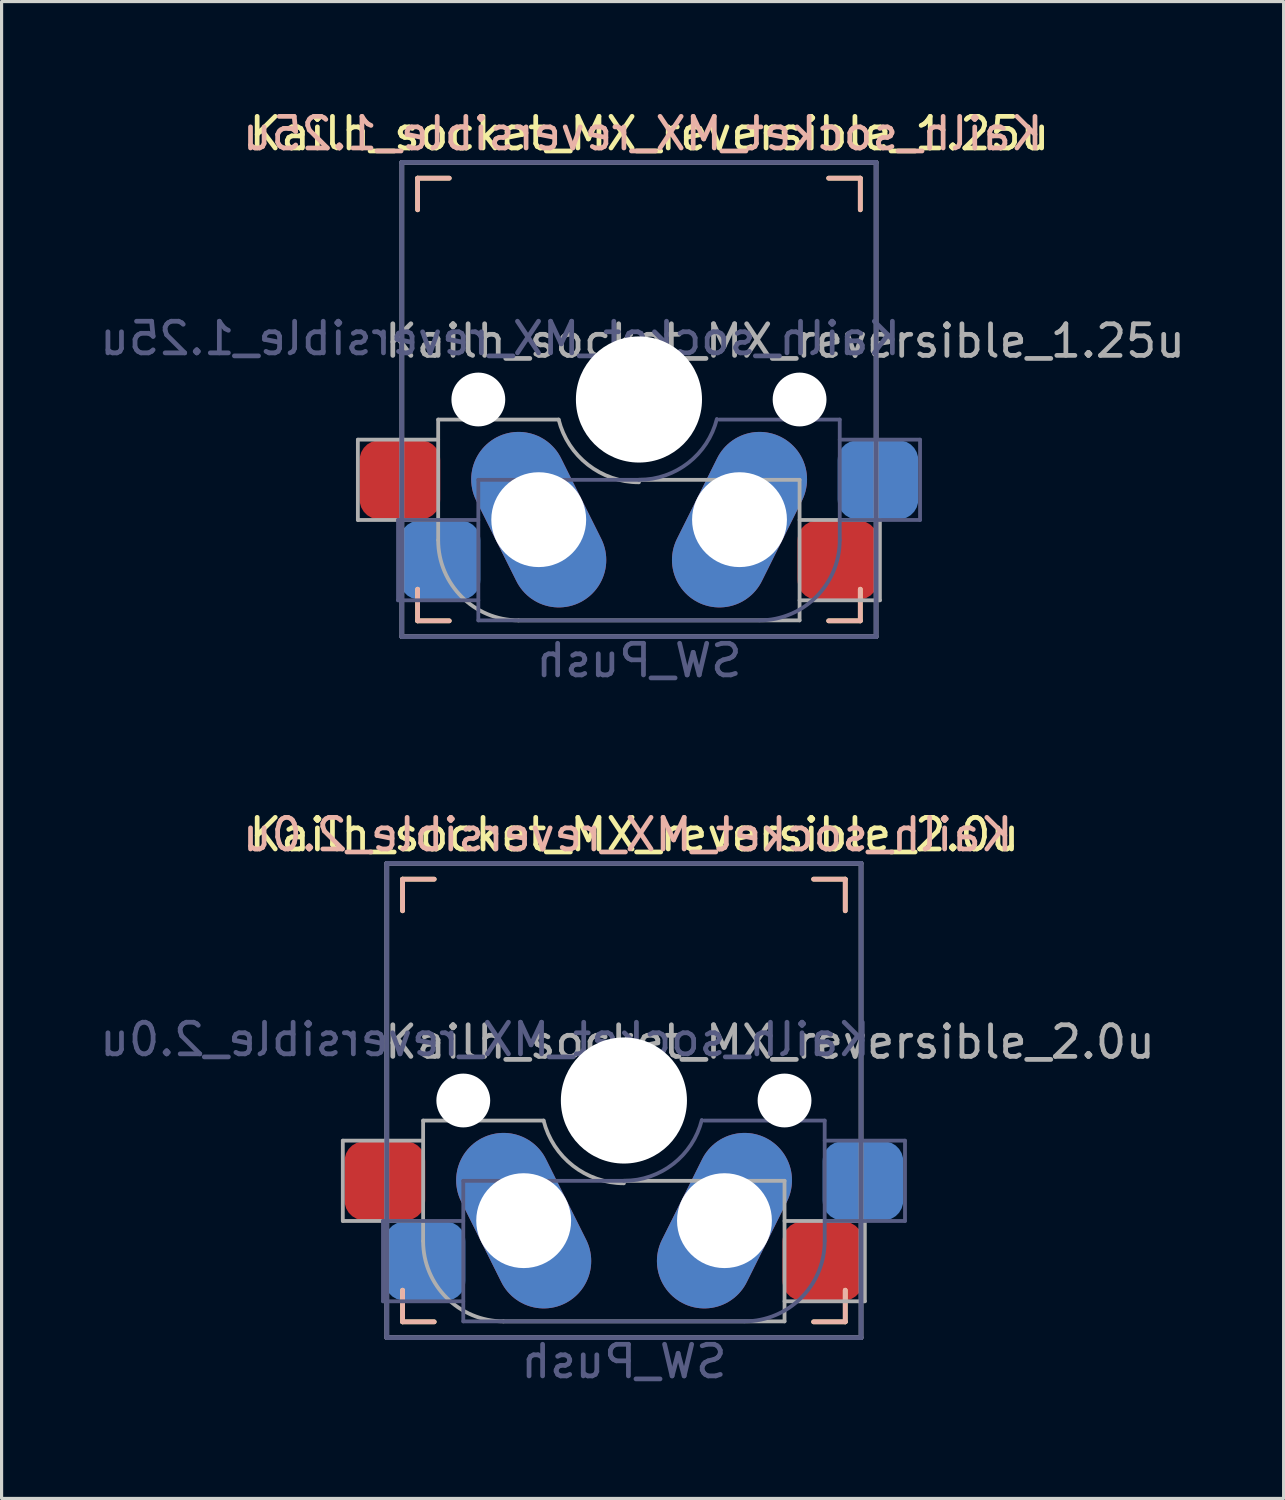
<source format=kicad_pcb>
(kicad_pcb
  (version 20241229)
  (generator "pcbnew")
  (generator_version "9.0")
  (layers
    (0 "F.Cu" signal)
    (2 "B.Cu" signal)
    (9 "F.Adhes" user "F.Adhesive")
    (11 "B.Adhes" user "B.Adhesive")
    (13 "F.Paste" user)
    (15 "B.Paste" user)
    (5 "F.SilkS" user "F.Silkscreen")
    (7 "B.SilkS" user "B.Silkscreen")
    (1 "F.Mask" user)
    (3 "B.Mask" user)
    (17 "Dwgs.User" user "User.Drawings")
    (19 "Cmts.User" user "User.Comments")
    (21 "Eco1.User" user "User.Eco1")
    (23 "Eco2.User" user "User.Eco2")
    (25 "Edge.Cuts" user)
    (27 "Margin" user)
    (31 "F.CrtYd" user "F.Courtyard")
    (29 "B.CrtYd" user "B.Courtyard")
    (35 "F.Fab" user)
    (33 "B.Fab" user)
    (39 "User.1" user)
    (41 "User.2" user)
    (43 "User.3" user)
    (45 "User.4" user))
  (footprint "Kailh_socket_MX_reversible_1.25u"
    (layer "F.Cu")
    (at 17.158 9.585)
    (property "Reference" "Kailh_socket_MX_reversible_1.25u" (at 0.33 -8.41 0) (layer "F.SilkS") (effects (font (size 1 1) (thickness 0.15))))
    (property "Value" "SW_Push" (at 0 8.255 0) (layer "F.Fab") (hide yes) (effects (font (size 1 1) (thickness 0.15))))
    (attr through_hole)
    (fp_line (start -7 -7) (end -6 -7) (stroke (width 0.15) (type solid)) (layer "F.SilkS"))
    (fp_line (start -7 -6) (end -7 -7) (stroke (width 0.15) (type solid)) (layer "F.SilkS"))
    (fp_line (start -7 7) (end -7 6) (stroke (width 0.15) (type solid)) (layer "F.SilkS"))
    (fp_line (start -6 7) (end -7 7) (stroke (width 0.15) (type solid)) (layer "F.SilkS"))
    (fp_line (start 6 -7) (end 7 -7) (stroke (width 0.15) (type solid)) (layer "F.SilkS"))
    (fp_line (start 7 -7) (end 7 -6) (stroke (width 0.15) (type solid)) (layer "F.SilkS"))
    (fp_line (start 7 6) (end 7 7) (stroke (width 0.15) (type solid)) (layer "F.SilkS"))
    (fp_line (start 7 7) (end 6 7) (stroke (width 0.15) (type solid)) (layer "F.SilkS"))
    (fp_line (start -7 -7) (end -6 -7) (stroke (width 0.15) (type solid)) (layer "B.SilkS"))
    (fp_line (start -7 -6) (end -7 -7) (stroke (width 0.15) (type solid)) (layer "B.SilkS"))
    (fp_line (start -7 7) (end -7 6) (stroke (width 0.15) (type solid)) (layer "B.SilkS"))
    (fp_line (start -6 7) (end -7 7) (stroke (width 0.15) (type solid)) (layer "B.SilkS"))
    (fp_line (start 6 -7) (end 7 -7) (stroke (width 0.15) (type solid)) (layer "B.SilkS"))
    (fp_line (start 7 -7) (end 7 -6) (stroke (width 0.15) (type solid)) (layer "B.SilkS"))
    (fp_line (start 7 6) (end 7 7) (stroke (width 0.15) (type solid)) (layer "B.SilkS"))
    (fp_line (start 7 7) (end 6 7) (stroke (width 0.15) (type solid)) (layer "B.SilkS"))
    (fp_line (start -7 7) (end -7 -7) (stroke (width 0.15) (type solid)) (layer "Eco1.User"))
    (fp_line (start -7 7) (end 7 7) (stroke (width 0.15) (type solid)) (layer "Eco1.User"))
    (fp_line (start 7 -7) (end -7 -7) (stroke (width 0.15) (type solid)) (layer "Eco1.User"))
    (fp_line (start 7 -7) (end 7 7) (stroke (width 0.15) (type solid)) (layer "Eco1.User"))
    (fp_line (start -11.906 -9.525) (end -11.906 9.525) (stroke (width 0.12) (type solid)) (layer "Eco2.User"))
    (fp_line (start -11.906 -9.525) (end 11.906 -9.525) (stroke (width 0.12) (type solid)) (layer "Eco2.User"))
    (fp_line (start -11.906 9.525) (end 11.906 9.525) (stroke (width 0.12) (type solid)) (layer "Eco2.User"))
    (fp_line (start -0.8 -5.85) (end 0.8 -5.85) (stroke (width 0.12) (type solid)) (layer "Eco2.User"))
    (fp_line (start -0.8 -4.25) (end -0.8 -5.85) (stroke (width 0.12) (type solid)) (layer "Eco2.User"))
    (fp_line (start 0.8 -5.85) (end 0.8 -4.25) (stroke (width 0.12) (type solid)) (layer "Eco2.User"))
    (fp_line (start 0.8 -4.25) (end -0.8 -4.25) (stroke (width 0.12) (type solid)) (layer "Eco2.User"))
    (fp_line (start 11.906 -9.525) (end 11.906 9.525) (stroke (width 0.12) (type solid)) (layer "Eco2.User"))
    (fp_line (start -7.62 3.81) (end -7.62 6.35) (stroke (width 0.12) (type solid)) (layer "B.Fab"))
    (fp_line (start -7.62 6.35) (end -5.08 6.35) (stroke (width 0.12) (type solid)) (layer "B.Fab"))
    (fp_line (start -7.5 -7.5) (end 7.5 -7.5) (stroke (width 0.15) (type solid)) (layer "B.Fab"))
    (fp_line (start -7.5 7.5) (end -7.5 -7.5) (stroke (width 0.15) (type solid)) (layer "B.Fab"))
    (fp_line (start -5.08 2.54) (end -5.08 6.985) (stroke (width 0.12) (type solid)) (layer "B.Fab"))
    (fp_line (start -5.08 3.81) (end -7.62 3.81) (stroke (width 0.12) (type solid)) (layer "B.Fab"))
    (fp_line (start -5.08 6.985) (end 3.81 6.985) (stroke (width 0.12) (type solid)) (layer "B.Fab"))
    (fp_line (start 0 2.54) (end -5.08 2.54) (stroke (width 0.12) (type solid)) (layer "B.Fab"))
    (fp_line (start 6.35 0.635) (end 2.54 0.635) (stroke (width 0.12) (type solid)) (layer "B.Fab"))
    (fp_line (start 6.35 3.81) (end 8.89 3.81) (stroke (width 0.12) (type solid)) (layer "B.Fab"))
    (fp_line (start 6.35 4.445) (end 6.35 0.635) (stroke (width 0.12) (type solid)) (layer "B.Fab"))
    (fp_line (start 7.5 -7.5) (end 7.5 7.5) (stroke (width 0.15) (type solid)) (layer "B.Fab"))
    (fp_line (start 7.5 7.5) (end -7.5 7.5) (stroke (width 0.15) (type solid)) (layer "B.Fab"))
    (fp_line (start 8.89 1.27) (end 6.35 1.27) (stroke (width 0.12) (type solid)) (layer "B.Fab"))
    (fp_line (start 8.89 3.81) (end 8.89 1.27) (stroke (width 0.12) (type solid)) (layer "B.Fab"))
    (fp_arc (start 2.464162 0.61604) (mid 1.563147 2.002042) (end 0 2.54) (stroke (width 0.12) (type solid)) (layer "B.Fab"))
    (fp_arc (start 6.35 4.445) (mid 5.606051 6.241051) (end 3.81 6.985) (stroke (width 0.12) (type solid)) (layer "B.Fab"))
    (fp_line (start -8.89 1.27) (end -8.89 3.81) (stroke (width 0.12) (type solid)) (layer "F.Fab"))
    (fp_line (start -8.89 3.81) (end -6.35 3.81) (stroke (width 0.12) (type solid)) (layer "F.Fab"))
    (fp_line (start -7.5 -7.5) (end 7.5 -7.5) (stroke (width 0.15) (type solid)) (layer "F.Fab"))
    (fp_line (start -7.5 7.5) (end -7.5 -7.5) (stroke (width 0.15) (type solid)) (layer "F.Fab"))
    (fp_line (start -6.35 0.635) (end -6.35 4.445) (stroke (width 0.12) (type solid)) (layer "F.Fab"))
    (fp_line (start -6.35 1.27) (end -8.89 1.27) (stroke (width 0.12) (type solid)) (layer "F.Fab"))
    (fp_line (start -3.81 6.985) (end 5.08 6.985) (stroke (width 0.12) (type solid)) (layer "F.Fab"))
    (fp_line (start -2.54 0.635) (end -6.35 0.635) (stroke (width 0.12) (type solid)) (layer "F.Fab"))
    (fp_line (start 5.08 2.54) (end 0 2.54) (stroke (width 0.12) (type solid)) (layer "F.Fab"))
    (fp_line (start 5.08 6.35) (end 7.62 6.35) (stroke (width 0.12) (type solid)) (layer "F.Fab"))
    (fp_line (start 5.08 6.985) (end 5.08 2.54) (stroke (width 0.12) (type solid)) (layer "F.Fab"))
    (fp_line (start 7.5 -7.5) (end 7.5 7.5) (stroke (width 0.15) (type solid)) (layer "F.Fab"))
    (fp_line (start 7.5 7.5) (end -7.5 7.5) (stroke (width 0.15) (type solid)) (layer "F.Fab"))
    (fp_line (start 7.62 3.81) (end 5.08 3.81) (stroke (width 0.12) (type solid)) (layer "F.Fab"))
    (fp_line (start 7.62 6.35) (end 7.62 3.81) (stroke (width 0.12) (type solid)) (layer "F.Fab"))
    (fp_arc (start -3.81 6.985) (mid -5.606051 6.241051) (end -6.35 4.445) (stroke (width 0.12) (type solid)) (layer "F.Fab"))
    (fp_arc (start -0.000001 2.618171) (mid -1.611255 2.063656) (end -2.539999 0.634999) (stroke (width 0.12) (type solid)) (layer "F.Fab"))
    (fp_text user "${REFERENCE}" (at 0.12 -8.41 180) (layer "B.SilkS") (effects (font (size 1 1) (thickness 0.15)) (justify mirror)))
    (fp_text user "${REFERENCE}" (at -4.39 -1.93 180) (layer "B.Fab") (effects (font (size 1 1) (thickness 0.15)) (justify mirror)))
    (fp_text user "${VALUE}" (at 0 8.255 0) (layer "B.Fab") (effects (font (size 1 1) (thickness 0.15)) (justify mirror)))
    (fp_text user "${REFERENCE}" (at 4.62 -1.85 0) (layer "F.Fab") (effects (font (size 1 1) (thickness 0.15))))
    (pad "" np_thru_hole circle (at -5.08 0) (size 1.702 1.702) (drill 1.702) (layers "*.Cu" "*.Mask"))
    (pad "" np_thru_hole oval (at -3.17 3.8 26.5) (size 3 5.85) (drill oval 3) (layers "*.Cu" "*.Mask"))
    (pad "" np_thru_hole circle (at 0 0) (size 3.988 3.988) (drill 3.988) (layers "*.Cu" "*.Mask"))
    (pad "" np_thru_hole oval (at 3.18 3.8 333.5) (size 3 5.85) (drill oval 3) (layers "*.Cu" "*.Mask"))
    (pad "" np_thru_hole circle (at 5.08 0) (size 1.702 1.702) (drill 1.702) (layers "*.Cu" "*.Mask"))
    (pad "1" smd roundrect (at -6.29 5.08) (size 2.55 2.5) (layers "B.Cu" "B.Mask" "B.Paste") (roundrect_rratio 0.25))
    (pad "1" smd roundrect (at 6.29 5.08) (size 2.55 2.5) (layers "F.Cu" "F.Mask" "F.Paste") (roundrect_rratio 0.25))
    (pad "2" smd roundrect (at -7.56 2.54) (size 2.55 2.5) (layers "F.Cu" "F.Mask" "F.Paste") (roundrect_rratio 0.25))
    (pad "2" smd roundrect (at 7.56 2.54) (size 2.55 2.5) (layers "B.Cu" "B.Mask" "B.Paste") (roundrect_rratio 0.25)))
  (footprint "Kailh_socket_MX_reversible_2.0u"
    (layer "F.Cu")
    (at 16.682 31.755)
    (property "Reference" "Kailh_socket_MX_reversible_2.0u" (at 0.33 -8.41 0) (layer "F.SilkS") (effects (font (size 1 1) (thickness 0.15))))
    (property "Value" "SW_Push" (at 0 8.255 0) (layer "F.Fab") (hide yes) (effects (font (size 1 1) (thickness 0.15))))
    (attr through_hole)
    (fp_line (start -7 -7) (end -6 -7) (stroke (width 0.15) (type solid)) (layer "F.SilkS"))
    (fp_line (start -7 -6) (end -7 -7) (stroke (width 0.15) (type solid)) (layer "F.SilkS"))
    (fp_line (start -7 7) (end -7 6) (stroke (width 0.15) (type solid)) (layer "F.SilkS"))
    (fp_line (start -6 7) (end -7 7) (stroke (width 0.15) (type solid)) (layer "F.SilkS"))
    (fp_line (start 6 -7) (end 7 -7) (stroke (width 0.15) (type solid)) (layer "F.SilkS"))
    (fp_line (start 7 -7) (end 7 -6) (stroke (width 0.15) (type solid)) (layer "F.SilkS"))
    (fp_line (start 7 6) (end 7 7) (stroke (width 0.15) (type solid)) (layer "F.SilkS"))
    (fp_line (start 7 7) (end 6 7) (stroke (width 0.15) (type solid)) (layer "F.SilkS"))
    (fp_line (start -7 -7) (end -6 -7) (stroke (width 0.15) (type solid)) (layer "B.SilkS"))
    (fp_line (start -7 -6) (end -7 -7) (stroke (width 0.15) (type solid)) (layer "B.SilkS"))
    (fp_line (start -7 7) (end -7 6) (stroke (width 0.15) (type solid)) (layer "B.SilkS"))
    (fp_line (start -6 7) (end -7 7) (stroke (width 0.15) (type solid)) (layer "B.SilkS"))
    (fp_line (start 6 -7) (end 7 -7) (stroke (width 0.15) (type solid)) (layer "B.SilkS"))
    (fp_line (start 7 -7) (end 7 -6) (stroke (width 0.15) (type solid)) (layer "B.SilkS"))
    (fp_line (start 7 6) (end 7 7) (stroke (width 0.15) (type solid)) (layer "B.SilkS"))
    (fp_line (start 7 7) (end 6 7) (stroke (width 0.15) (type solid)) (layer "B.SilkS"))
    (fp_line (start -7 7) (end -7 -7) (stroke (width 0.15) (type solid)) (layer "Eco1.User"))
    (fp_line (start -7 7) (end 7 7) (stroke (width 0.15) (type solid)) (layer "Eco1.User"))
    (fp_line (start 7 -7) (end -7 -7) (stroke (width 0.15) (type solid)) (layer "Eco1.User"))
    (fp_line (start 7 -7) (end 7 7) (stroke (width 0.15) (type solid)) (layer "Eco1.User"))
    (fp_line (start -14.287 -9.525) (end 14.287 -9.525) (stroke (width 0.12) (type solid)) (layer "Eco2.User"))
    (fp_line (start -14.287 9.525) (end -14.287 -9.525) (stroke (width 0.12) (type solid)) (layer "Eco2.User"))
    (fp_line (start -9.525 9.525) (end -9.525 -9.525) (stroke (width 0.12) (type solid)) (layer "Eco2.User"))
    (fp_line (start -0.8 -5.85) (end 0.8 -5.85) (stroke (width 0.12) (type solid)) (layer "Eco2.User"))
    (fp_line (start -0.8 -4.25) (end -0.8 -5.85) (stroke (width 0.12) (type solid)) (layer "Eco2.User"))
    (fp_line (start 0.8 -5.85) (end 0.8 -4.25) (stroke (width 0.12) (type solid)) (layer "Eco2.User"))
    (fp_line (start 0.8 -4.25) (end -0.8 -4.25) (stroke (width 0.12) (type solid)) (layer "Eco2.User"))
    (fp_line (start 9.525 -9.525) (end 9.525 9.525) (stroke (width 0.12) (type solid)) (layer "Eco2.User"))
    (fp_line (start 14.287 9.525) (end -14.287 9.525) (stroke (width 0.12) (type solid)) (layer "Eco2.User"))
    (fp_line (start 14.287 9.525) (end 14.287 -9.525) (stroke (width 0.12) (type solid)) (layer "Eco2.User"))
    (fp_line (start -7.62 3.81) (end -7.62 6.35) (stroke (width 0.12) (type solid)) (layer "B.Fab"))
    (fp_line (start -7.62 6.35) (end -5.08 6.35) (stroke (width 0.12) (type solid)) (layer "B.Fab"))
    (fp_line (start -7.5 -7.5) (end 7.5 -7.5) (stroke (width 0.15) (type solid)) (layer "B.Fab"))
    (fp_line (start -7.5 7.5) (end -7.5 -7.5) (stroke (width 0.15) (type solid)) (layer "B.Fab"))
    (fp_line (start -5.08 2.54) (end -5.08 6.985) (stroke (width 0.12) (type solid)) (layer "B.Fab"))
    (fp_line (start -5.08 3.81) (end -7.62 3.81) (stroke (width 0.12) (type solid)) (layer "B.Fab"))
    (fp_line (start -5.08 6.985) (end 3.81 6.985) (stroke (width 0.12) (type solid)) (layer "B.Fab"))
    (fp_line (start 0 2.54) (end -5.08 2.54) (stroke (width 0.12) (type solid)) (layer "B.Fab"))
    (fp_line (start 6.35 0.635) (end 2.54 0.635) (stroke (width 0.12) (type solid)) (layer "B.Fab"))
    (fp_line (start 6.35 3.81) (end 8.89 3.81) (stroke (width 0.12) (type solid)) (layer "B.Fab"))
    (fp_line (start 6.35 4.445) (end 6.35 0.635) (stroke (width 0.12) (type solid)) (layer "B.Fab"))
    (fp_line (start 7.5 -7.5) (end 7.5 7.5) (stroke (width 0.15) (type solid)) (layer "B.Fab"))
    (fp_line (start 7.5 7.5) (end -7.5 7.5) (stroke (width 0.15) (type solid)) (layer "B.Fab"))
    (fp_line (start 8.89 1.27) (end 6.35 1.27) (stroke (width 0.12) (type solid)) (layer "B.Fab"))
    (fp_line (start 8.89 3.81) (end 8.89 1.27) (stroke (width 0.12) (type solid)) (layer "B.Fab"))
    (fp_arc (start 2.464162 0.61604) (mid 1.563147 2.002042) (end 0 2.54) (stroke (width 0.12) (type solid)) (layer "B.Fab"))
    (fp_arc (start 6.35 4.445) (mid 5.606051 6.241051) (end 3.81 6.985) (stroke (width 0.12) (type solid)) (layer "B.Fab"))
    (fp_line (start -8.89 1.27) (end -8.89 3.81) (stroke (width 0.12) (type solid)) (layer "F.Fab"))
    (fp_line (start -8.89 3.81) (end -6.35 3.81) (stroke (width 0.12) (type solid)) (layer "F.Fab"))
    (fp_line (start -7.5 -7.5) (end 7.5 -7.5) (stroke (width 0.15) (type solid)) (layer "F.Fab"))
    (fp_line (start -7.5 7.5) (end -7.5 -7.5) (stroke (width 0.15) (type solid)) (layer "F.Fab"))
    (fp_line (start -6.35 0.635) (end -6.35 4.445) (stroke (width 0.12) (type solid)) (layer "F.Fab"))
    (fp_line (start -6.35 1.27) (end -8.89 1.27) (stroke (width 0.12) (type solid)) (layer "F.Fab"))
    (fp_line (start -3.81 6.985) (end 5.08 6.985) (stroke (width 0.12) (type solid)) (layer "F.Fab"))
    (fp_line (start -2.54 0.635) (end -6.35 0.635) (stroke (width 0.12) (type solid)) (layer "F.Fab"))
    (fp_line (start 5.08 2.54) (end 0 2.54) (stroke (width 0.12) (type solid)) (layer "F.Fab"))
    (fp_line (start 5.08 6.35) (end 7.62 6.35) (stroke (width 0.12) (type solid)) (layer "F.Fab"))
    (fp_line (start 5.08 6.985) (end 5.08 2.54) (stroke (width 0.12) (type solid)) (layer "F.Fab"))
    (fp_line (start 7.5 -7.5) (end 7.5 7.5) (stroke (width 0.15) (type solid)) (layer "F.Fab"))
    (fp_line (start 7.5 7.5) (end -7.5 7.5) (stroke (width 0.15) (type solid)) (layer "F.Fab"))
    (fp_line (start 7.62 3.81) (end 5.08 3.81) (stroke (width 0.12) (type solid)) (layer "F.Fab"))
    (fp_line (start 7.62 6.35) (end 7.62 3.81) (stroke (width 0.12) (type solid)) (layer "F.Fab"))
    (fp_arc (start -3.81 6.985) (mid -5.606051 6.241051) (end -6.35 4.445) (stroke (width 0.12) (type solid)) (layer "F.Fab"))
    (fp_arc (start -0.000001 2.618171) (mid -1.611255 2.063656) (end -2.539999 0.634999) (stroke (width 0.12) (type solid)) (layer "F.Fab"))
    (fp_text user "${REFERENCE}" (at 0.12 -8.41 180) (layer "B.SilkS") (effects (font (size 1 1) (thickness 0.15)) (justify mirror)))
    (fp_text user "${VALUE}" (at 0 8.255 0) (layer "B.Fab") (effects (font (size 1 1) (thickness 0.15)) (justify mirror)))
    (fp_text user "${REFERENCE}" (at -4.39 -1.93 180) (layer "B.Fab") (effects (font (size 1 1) (thickness 0.15)) (justify mirror)))
    (fp_text user "${REFERENCE}" (at 4.62 -1.85 0) (layer "F.Fab") (effects (font (size 1 1) (thickness 0.15))))
    (pad "" np_thru_hole circle (at -5.08 0) (size 1.702 1.702) (drill 1.702) (layers "*.Cu" "*.Mask"))
    (pad "" np_thru_hole oval (at -3.17 3.8 26.5) (size 3 5.85) (drill oval 3) (layers "*.Cu" "*.Mask"))
    (pad "" np_thru_hole circle (at 0 0) (size 3.988 3.988) (drill 3.988) (layers "*.Cu" "*.Mask"))
    (pad "" np_thru_hole oval (at 3.18 3.8 333.5) (size 3 5.85) (drill oval 3) (layers "*.Cu" "*.Mask"))
    (pad "" np_thru_hole circle (at 5.08 0) (size 1.702 1.702) (drill 1.702) (layers "*.Cu" "*.Mask"))
    (pad "1" smd roundrect (at -6.29 5.08) (size 2.55 2.5) (layers "B.Cu" "B.Mask" "B.Paste") (roundrect_rratio 0.25))
    (pad "1" smd roundrect (at 6.29 5.08) (size 2.55 2.5) (layers "F.Cu" "F.Mask" "F.Paste") (roundrect_rratio 0.25))
    (pad "2" smd roundrect (at -7.56 2.54) (size 2.55 2.5) (layers "F.Cu" "F.Mask" "F.Paste") (roundrect_rratio 0.25))
    (pad "2" smd roundrect (at 7.56 2.54) (size 2.55 2.5) (layers "B.Cu" "B.Mask" "B.Paste") (roundrect_rratio 0.25)))
  (gr_rect
    (start -3 -3)
    (end 37.546 44.34)
    (stroke (width 0.1) (type default))
    (fill no)
    (layer "Edge.Cuts")))
</source>
